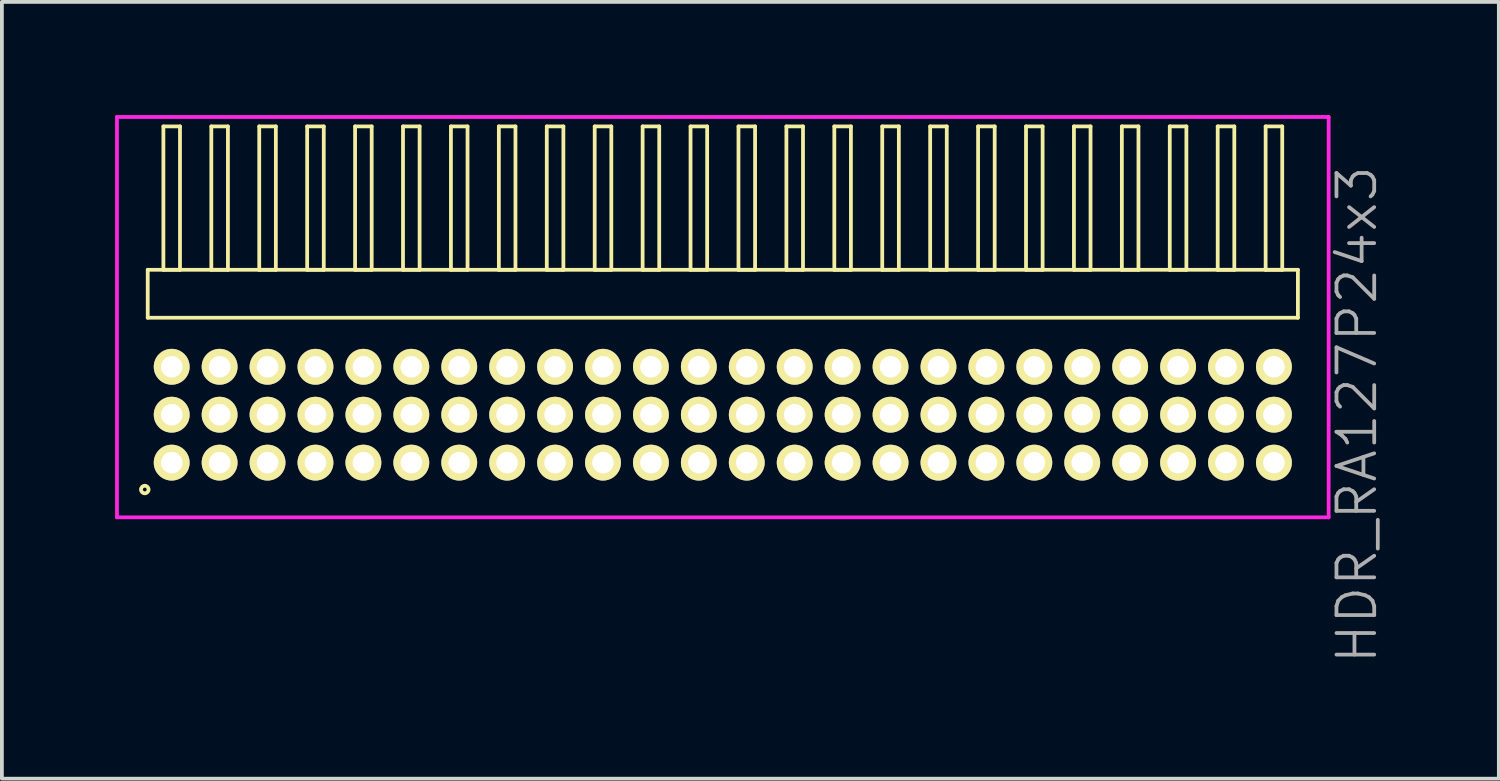
<source format=kicad_pcb>
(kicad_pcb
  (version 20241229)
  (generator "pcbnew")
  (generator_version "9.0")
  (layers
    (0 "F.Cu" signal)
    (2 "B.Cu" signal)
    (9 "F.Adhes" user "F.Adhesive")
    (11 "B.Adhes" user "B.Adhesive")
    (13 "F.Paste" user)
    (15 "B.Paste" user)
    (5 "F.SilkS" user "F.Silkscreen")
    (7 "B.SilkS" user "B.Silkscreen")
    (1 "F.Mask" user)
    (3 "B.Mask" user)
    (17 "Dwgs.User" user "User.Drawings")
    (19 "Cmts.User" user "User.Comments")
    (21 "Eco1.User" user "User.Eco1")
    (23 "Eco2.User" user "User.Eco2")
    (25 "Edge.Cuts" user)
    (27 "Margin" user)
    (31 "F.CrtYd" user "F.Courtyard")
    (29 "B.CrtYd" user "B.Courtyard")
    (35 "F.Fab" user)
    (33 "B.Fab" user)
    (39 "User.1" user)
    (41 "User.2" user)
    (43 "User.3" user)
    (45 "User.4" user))
  (footprint "HDR_RA127P24x3"
    (layer "F.Cu")
    (at 16.105 7.94)
    (property "Reference" "HDR_RA127P24x3" (at 16.805 0 90) (layer "F.Fab") (effects (font (size 1 1) (thickness 0.1))))
    (attr through_hole)
    (fp_line (start -15.24 -3.84) (end -15.24 -2.57) (stroke (width 0.1) (type solid)) (layer "F.SilkS"))
    (fp_line (start -15.24 -2.57) (end 15.24 -2.57) (stroke (width 0.1) (type solid)) (layer "F.SilkS"))
    (fp_line (start -14.825 -7.64) (end -14.825 -3.84) (stroke (width 0.1) (type solid)) (layer "F.SilkS"))
    (fp_line (start -14.825 -3.84) (end -14.385 -3.84) (stroke (width 0.1) (type solid)) (layer "F.SilkS"))
    (fp_line (start -14.385 -7.64) (end -14.825 -7.64) (stroke (width 0.1) (type solid)) (layer "F.SilkS"))
    (fp_line (start -14.385 -3.84) (end -14.385 -7.64) (stroke (width 0.1) (type solid)) (layer "F.SilkS"))
    (fp_line (start -13.555 -7.64) (end -13.555 -3.84) (stroke (width 0.1) (type solid)) (layer "F.SilkS"))
    (fp_line (start -13.555 -3.84) (end -13.115 -3.84) (stroke (width 0.1) (type solid)) (layer "F.SilkS"))
    (fp_line (start -13.115 -7.64) (end -13.555 -7.64) (stroke (width 0.1) (type solid)) (layer "F.SilkS"))
    (fp_line (start -13.115 -3.84) (end -13.115 -7.64) (stroke (width 0.1) (type solid)) (layer "F.SilkS"))
    (fp_line (start -12.285 -7.64) (end -12.285 -3.84) (stroke (width 0.1) (type solid)) (layer "F.SilkS"))
    (fp_line (start -12.285 -3.84) (end -11.845 -3.84) (stroke (width 0.1) (type solid)) (layer "F.SilkS"))
    (fp_line (start -11.845 -7.64) (end -12.285 -7.64) (stroke (width 0.1) (type solid)) (layer "F.SilkS"))
    (fp_line (start -11.845 -3.84) (end -11.845 -7.64) (stroke (width 0.1) (type solid)) (layer "F.SilkS"))
    (fp_line (start -11.015 -7.64) (end -11.015 -3.84) (stroke (width 0.1) (type solid)) (layer "F.SilkS"))
    (fp_line (start -11.015 -3.84) (end -10.575 -3.84) (stroke (width 0.1) (type solid)) (layer "F.SilkS"))
    (fp_line (start -10.575 -7.64) (end -11.015 -7.64) (stroke (width 0.1) (type solid)) (layer "F.SilkS"))
    (fp_line (start -10.575 -3.84) (end -10.575 -7.64) (stroke (width 0.1) (type solid)) (layer "F.SilkS"))
    (fp_line (start -9.745 -7.64) (end -9.745 -3.84) (stroke (width 0.1) (type solid)) (layer "F.SilkS"))
    (fp_line (start -9.745 -3.84) (end -9.305 -3.84) (stroke (width 0.1) (type solid)) (layer "F.SilkS"))
    (fp_line (start -9.305 -7.64) (end -9.745 -7.64) (stroke (width 0.1) (type solid)) (layer "F.SilkS"))
    (fp_line (start -9.305 -3.84) (end -9.305 -7.64) (stroke (width 0.1) (type solid)) (layer "F.SilkS"))
    (fp_line (start -8.475 -7.64) (end -8.475 -3.84) (stroke (width 0.1) (type solid)) (layer "F.SilkS"))
    (fp_line (start -8.475 -3.84) (end -8.035 -3.84) (stroke (width 0.1) (type solid)) (layer "F.SilkS"))
    (fp_line (start -8.035 -7.64) (end -8.475 -7.64) (stroke (width 0.1) (type solid)) (layer "F.SilkS"))
    (fp_line (start -8.035 -3.84) (end -8.035 -7.64) (stroke (width 0.1) (type solid)) (layer "F.SilkS"))
    (fp_line (start -7.205 -7.64) (end -7.205 -3.84) (stroke (width 0.1) (type solid)) (layer "F.SilkS"))
    (fp_line (start -7.205 -3.84) (end -6.765 -3.84) (stroke (width 0.1) (type solid)) (layer "F.SilkS"))
    (fp_line (start -6.765 -7.64) (end -7.205 -7.64) (stroke (width 0.1) (type solid)) (layer "F.SilkS"))
    (fp_line (start -6.765 -3.84) (end -6.765 -7.64) (stroke (width 0.1) (type solid)) (layer "F.SilkS"))
    (fp_line (start -5.935 -7.64) (end -5.935 -3.84) (stroke (width 0.1) (type solid)) (layer "F.SilkS"))
    (fp_line (start -5.935 -3.84) (end -5.495 -3.84) (stroke (width 0.1) (type solid)) (layer "F.SilkS"))
    (fp_line (start -5.495 -7.64) (end -5.935 -7.64) (stroke (width 0.1) (type solid)) (layer "F.SilkS"))
    (fp_line (start -5.495 -3.84) (end -5.495 -7.64) (stroke (width 0.1) (type solid)) (layer "F.SilkS"))
    (fp_line (start -4.665 -7.64) (end -4.665 -3.84) (stroke (width 0.1) (type solid)) (layer "F.SilkS"))
    (fp_line (start -4.665 -3.84) (end -4.225 -3.84) (stroke (width 0.1) (type solid)) (layer "F.SilkS"))
    (fp_line (start -4.225 -7.64) (end -4.665 -7.64) (stroke (width 0.1) (type solid)) (layer "F.SilkS"))
    (fp_line (start -4.225 -3.84) (end -4.225 -7.64) (stroke (width 0.1) (type solid)) (layer "F.SilkS"))
    (fp_line (start -3.395 -7.64) (end -3.395 -3.84) (stroke (width 0.1) (type solid)) (layer "F.SilkS"))
    (fp_line (start -3.395 -3.84) (end -2.955 -3.84) (stroke (width 0.1) (type solid)) (layer "F.SilkS"))
    (fp_line (start -2.955 -7.64) (end -3.395 -7.64) (stroke (width 0.1) (type solid)) (layer "F.SilkS"))
    (fp_line (start -2.955 -3.84) (end -2.955 -7.64) (stroke (width 0.1) (type solid)) (layer "F.SilkS"))
    (fp_line (start -2.125 -7.64) (end -2.125 -3.84) (stroke (width 0.1) (type solid)) (layer "F.SilkS"))
    (fp_line (start -2.125 -3.84) (end -1.685 -3.84) (stroke (width 0.1) (type solid)) (layer "F.SilkS"))
    (fp_line (start -1.685 -7.64) (end -2.125 -7.64) (stroke (width 0.1) (type solid)) (layer "F.SilkS"))
    (fp_line (start -1.685 -3.84) (end -1.685 -7.64) (stroke (width 0.1) (type solid)) (layer "F.SilkS"))
    (fp_line (start -0.855 -7.64) (end -0.855 -3.84) (stroke (width 0.1) (type solid)) (layer "F.SilkS"))
    (fp_line (start -0.855 -3.84) (end -0.415 -3.84) (stroke (width 0.1) (type solid)) (layer "F.SilkS"))
    (fp_line (start -0.415 -7.64) (end -0.855 -7.64) (stroke (width 0.1) (type solid)) (layer "F.SilkS"))
    (fp_line (start -0.415 -3.84) (end -0.415 -7.64) (stroke (width 0.1) (type solid)) (layer "F.SilkS"))
    (fp_line (start 0.415 -7.64) (end 0.415 -3.84) (stroke (width 0.1) (type solid)) (layer "F.SilkS"))
    (fp_line (start 0.415 -3.84) (end 0.855 -3.84) (stroke (width 0.1) (type solid)) (layer "F.SilkS"))
    (fp_line (start 0.855 -7.64) (end 0.415 -7.64) (stroke (width 0.1) (type solid)) (layer "F.SilkS"))
    (fp_line (start 0.855 -3.84) (end 0.855 -7.64) (stroke (width 0.1) (type solid)) (layer "F.SilkS"))
    (fp_line (start 1.685 -7.64) (end 1.685 -3.84) (stroke (width 0.1) (type solid)) (layer "F.SilkS"))
    (fp_line (start 1.685 -3.84) (end 2.125 -3.84) (stroke (width 0.1) (type solid)) (layer "F.SilkS"))
    (fp_line (start 2.125 -7.64) (end 1.685 -7.64) (stroke (width 0.1) (type solid)) (layer "F.SilkS"))
    (fp_line (start 2.125 -3.84) (end 2.125 -7.64) (stroke (width 0.1) (type solid)) (layer "F.SilkS"))
    (fp_line (start 2.955 -7.64) (end 2.955 -3.84) (stroke (width 0.1) (type solid)) (layer "F.SilkS"))
    (fp_line (start 2.955 -3.84) (end 3.395 -3.84) (stroke (width 0.1) (type solid)) (layer "F.SilkS"))
    (fp_line (start 3.395 -7.64) (end 2.955 -7.64) (stroke (width 0.1) (type solid)) (layer "F.SilkS"))
    (fp_line (start 3.395 -3.84) (end 3.395 -7.64) (stroke (width 0.1) (type solid)) (layer "F.SilkS"))
    (fp_line (start 4.225 -7.64) (end 4.225 -3.84) (stroke (width 0.1) (type solid)) (layer "F.SilkS"))
    (fp_line (start 4.225 -3.84) (end 4.665 -3.84) (stroke (width 0.1) (type solid)) (layer "F.SilkS"))
    (fp_line (start 4.665 -7.64) (end 4.225 -7.64) (stroke (width 0.1) (type solid)) (layer "F.SilkS"))
    (fp_line (start 4.665 -3.84) (end 4.665 -7.64) (stroke (width 0.1) (type solid)) (layer "F.SilkS"))
    (fp_line (start 5.495 -7.64) (end 5.495 -3.84) (stroke (width 0.1) (type solid)) (layer "F.SilkS"))
    (fp_line (start 5.495 -3.84) (end 5.935 -3.84) (stroke (width 0.1) (type solid)) (layer "F.SilkS"))
    (fp_line (start 5.935 -7.64) (end 5.495 -7.64) (stroke (width 0.1) (type solid)) (layer "F.SilkS"))
    (fp_line (start 5.935 -3.84) (end 5.935 -7.64) (stroke (width 0.1) (type solid)) (layer "F.SilkS"))
    (fp_line (start 6.765 -7.64) (end 6.765 -3.84) (stroke (width 0.1) (type solid)) (layer "F.SilkS"))
    (fp_line (start 6.765 -3.84) (end 7.205 -3.84) (stroke (width 0.1) (type solid)) (layer "F.SilkS"))
    (fp_line (start 7.205 -7.64) (end 6.765 -7.64) (stroke (width 0.1) (type solid)) (layer "F.SilkS"))
    (fp_line (start 7.205 -3.84) (end 7.205 -7.64) (stroke (width 0.1) (type solid)) (layer "F.SilkS"))
    (fp_line (start 8.035 -7.64) (end 8.035 -3.84) (stroke (width 0.1) (type solid)) (layer "F.SilkS"))
    (fp_line (start 8.035 -3.84) (end 8.475 -3.84) (stroke (width 0.1) (type solid)) (layer "F.SilkS"))
    (fp_line (start 8.475 -7.64) (end 8.035 -7.64) (stroke (width 0.1) (type solid)) (layer "F.SilkS"))
    (fp_line (start 8.475 -3.84) (end 8.475 -7.64) (stroke (width 0.1) (type solid)) (layer "F.SilkS"))
    (fp_line (start 9.305 -7.64) (end 9.305 -3.84) (stroke (width 0.1) (type solid)) (layer "F.SilkS"))
    (fp_line (start 9.305 -3.84) (end 9.745 -3.84) (stroke (width 0.1) (type solid)) (layer "F.SilkS"))
    (fp_line (start 9.745 -7.64) (end 9.305 -7.64) (stroke (width 0.1) (type solid)) (layer "F.SilkS"))
    (fp_line (start 9.745 -3.84) (end 9.745 -7.64) (stroke (width 0.1) (type solid)) (layer "F.SilkS"))
    (fp_line (start 10.575 -7.64) (end 10.575 -3.84) (stroke (width 0.1) (type solid)) (layer "F.SilkS"))
    (fp_line (start 10.575 -3.84) (end 11.015 -3.84) (stroke (width 0.1) (type solid)) (layer "F.SilkS"))
    (fp_line (start 11.015 -7.64) (end 10.575 -7.64) (stroke (width 0.1) (type solid)) (layer "F.SilkS"))
    (fp_line (start 11.015 -3.84) (end 11.015 -7.64) (stroke (width 0.1) (type solid)) (layer "F.SilkS"))
    (fp_line (start 11.845 -7.64) (end 11.845 -3.84) (stroke (width 0.1) (type solid)) (layer "F.SilkS"))
    (fp_line (start 11.845 -3.84) (end 12.285 -3.84) (stroke (width 0.1) (type solid)) (layer "F.SilkS"))
    (fp_line (start 12.285 -7.64) (end 11.845 -7.64) (stroke (width 0.1) (type solid)) (layer "F.SilkS"))
    (fp_line (start 12.285 -3.84) (end 12.285 -7.64) (stroke (width 0.1) (type solid)) (layer "F.SilkS"))
    (fp_line (start 13.115 -7.64) (end 13.115 -3.84) (stroke (width 0.1) (type solid)) (layer "F.SilkS"))
    (fp_line (start 13.115 -3.84) (end 13.555 -3.84) (stroke (width 0.1) (type solid)) (layer "F.SilkS"))
    (fp_line (start 13.555 -7.64) (end 13.115 -7.64) (stroke (width 0.1) (type solid)) (layer "F.SilkS"))
    (fp_line (start 13.555 -3.84) (end 13.555 -7.64) (stroke (width 0.1) (type solid)) (layer "F.SilkS"))
    (fp_line (start 14.385 -7.64) (end 14.385 -3.84) (stroke (width 0.1) (type solid)) (layer "F.SilkS"))
    (fp_line (start 14.385 -3.84) (end 14.825 -3.84) (stroke (width 0.1) (type solid)) (layer "F.SilkS"))
    (fp_line (start 14.825 -7.64) (end 14.385 -7.64) (stroke (width 0.1) (type solid)) (layer "F.SilkS"))
    (fp_line (start 14.825 -3.84) (end 14.825 -7.64) (stroke (width 0.1) (type solid)) (layer "F.SilkS"))
    (fp_line (start 15.24 -3.84) (end -15.24 -3.84) (stroke (width 0.1) (type solid)) (layer "F.SilkS"))
    (fp_line (start 15.24 -2.57) (end 15.24 -3.84) (stroke (width 0.1) (type solid)) (layer "F.SilkS"))
    (fp_circle (center -15.318 1.983) (end -15.218 1.983) (stroke (width 0.1) (type solid)) (fill no) (layer "F.SilkS"))
    (fp_line (start -16.055 -7.89) (end -16.055 2.72) (stroke (width 0.1) (type solid)) (layer "F.CrtYd"))
    (fp_line (start -16.055 2.72) (end 16.055 2.72) (stroke (width 0.1) (type solid)) (layer "F.CrtYd"))
    (fp_line (start 16.055 -7.89) (end -16.055 -7.89) (stroke (width 0.1) (type solid)) (layer "F.CrtYd"))
    (fp_line (start 16.055 2.72) (end 16.055 -7.89) (stroke (width 0.1) (type solid)) (layer "F.CrtYd"))
    (pad "1" thru_hole oval (at -14.605 1.27) (size 0.95 0.95) (drill 0.57) (layers "*.Cu" "*.Mask" "F.SilkS"))
    (pad "2" thru_hole oval (at -14.605 0) (size 0.95 0.95) (drill 0.57) (layers "*.Cu" "*.Mask" "F.SilkS"))
    (pad "3" thru_hole oval (at -14.605 -1.27) (size 0.95 0.95) (drill 0.57) (layers "*.Cu" "*.Mask" "F.SilkS"))
    (pad "4" thru_hole oval (at -13.335 1.27) (size 0.95 0.95) (drill 0.57) (layers "*.Cu" "*.Mask" "F.SilkS"))
    (pad "5" thru_hole oval (at -13.335 0) (size 0.95 0.95) (drill 0.57) (layers "*.Cu" "*.Mask" "F.SilkS"))
    (pad "6" thru_hole oval (at -13.335 -1.27) (size 0.95 0.95) (drill 0.57) (layers "*.Cu" "*.Mask" "F.SilkS"))
    (pad "7" thru_hole oval (at -12.065 1.27) (size 0.95 0.95) (drill 0.57) (layers "*.Cu" "*.Mask" "F.SilkS"))
    (pad "8" thru_hole oval (at -12.065 0) (size 0.95 0.95) (drill 0.57) (layers "*.Cu" "*.Mask" "F.SilkS"))
    (pad "9" thru_hole oval (at -12.065 -1.27) (size 0.95 0.95) (drill 0.57) (layers "*.Cu" "*.Mask" "F.SilkS"))
    (pad "10" thru_hole oval (at -10.795 1.27) (size 0.95 0.95) (drill 0.57) (layers "*.Cu" "*.Mask" "F.SilkS"))
    (pad "11" thru_hole oval (at -10.795 0) (size 0.95 0.95) (drill 0.57) (layers "*.Cu" "*.Mask" "F.SilkS"))
    (pad "12" thru_hole oval (at -10.795 -1.27) (size 0.95 0.95) (drill 0.57) (layers "*.Cu" "*.Mask" "F.SilkS"))
    (pad "13" thru_hole oval (at -9.525 1.27) (size 0.95 0.95) (drill 0.57) (layers "*.Cu" "*.Mask" "F.SilkS"))
    (pad "14" thru_hole oval (at -9.525 0) (size 0.95 0.95) (drill 0.57) (layers "*.Cu" "*.Mask" "F.SilkS"))
    (pad "15" thru_hole oval (at -9.525 -1.27) (size 0.95 0.95) (drill 0.57) (layers "*.Cu" "*.Mask" "F.SilkS"))
    (pad "16" thru_hole oval (at -8.255 1.27) (size 0.95 0.95) (drill 0.57) (layers "*.Cu" "*.Mask" "F.SilkS"))
    (pad "17" thru_hole oval (at -8.255 0) (size 0.95 0.95) (drill 0.57) (layers "*.Cu" "*.Mask" "F.SilkS"))
    (pad "18" thru_hole oval (at -8.255 -1.27) (size 0.95 0.95) (drill 0.57) (layers "*.Cu" "*.Mask" "F.SilkS"))
    (pad "19" thru_hole oval (at -6.985 1.27) (size 0.95 0.95) (drill 0.57) (layers "*.Cu" "*.Mask" "F.SilkS"))
    (pad "20" thru_hole oval (at -6.985 0) (size 0.95 0.95) (drill 0.57) (layers "*.Cu" "*.Mask" "F.SilkS"))
    (pad "21" thru_hole oval (at -6.985 -1.27) (size 0.95 0.95) (drill 0.57) (layers "*.Cu" "*.Mask" "F.SilkS"))
    (pad "22" thru_hole oval (at -5.715 1.27) (size 0.95 0.95) (drill 0.57) (layers "*.Cu" "*.Mask" "F.SilkS"))
    (pad "23" thru_hole oval (at -5.715 0) (size 0.95 0.95) (drill 0.57) (layers "*.Cu" "*.Mask" "F.SilkS"))
    (pad "24" thru_hole oval (at -5.715 -1.27) (size 0.95 0.95) (drill 0.57) (layers "*.Cu" "*.Mask" "F.SilkS"))
    (pad "25" thru_hole oval (at -4.445 1.27) (size 0.95 0.95) (drill 0.57) (layers "*.Cu" "*.Mask" "F.SilkS"))
    (pad "26" thru_hole oval (at -4.445 0) (size 0.95 0.95) (drill 0.57) (layers "*.Cu" "*.Mask" "F.SilkS"))
    (pad "27" thru_hole oval (at -4.445 -1.27) (size 0.95 0.95) (drill 0.57) (layers "*.Cu" "*.Mask" "F.SilkS"))
    (pad "28" thru_hole oval (at -3.175 1.27) (size 0.95 0.95) (drill 0.57) (layers "*.Cu" "*.Mask" "F.SilkS"))
    (pad "29" thru_hole oval (at -3.175 0) (size 0.95 0.95) (drill 0.57) (layers "*.Cu" "*.Mask" "F.SilkS"))
    (pad "30" thru_hole oval (at -3.175 -1.27) (size 0.95 0.95) (drill 0.57) (layers "*.Cu" "*.Mask" "F.SilkS"))
    (pad "31" thru_hole oval (at -1.905 1.27) (size 0.95 0.95) (drill 0.57) (layers "*.Cu" "*.Mask" "F.SilkS"))
    (pad "32" thru_hole oval (at -1.905 0) (size 0.95 0.95) (drill 0.57) (layers "*.Cu" "*.Mask" "F.SilkS"))
    (pad "33" thru_hole oval (at -1.905 -1.27) (size 0.95 0.95) (drill 0.57) (layers "*.Cu" "*.Mask" "F.SilkS"))
    (pad "34" thru_hole oval (at -0.635 1.27) (size 0.95 0.95) (drill 0.57) (layers "*.Cu" "*.Mask" "F.SilkS"))
    (pad "35" thru_hole oval (at -0.635 0) (size 0.95 0.95) (drill 0.57) (layers "*.Cu" "*.Mask" "F.SilkS"))
    (pad "36" thru_hole oval (at -0.635 -1.27) (size 0.95 0.95) (drill 0.57) (layers "*.Cu" "*.Mask" "F.SilkS"))
    (pad "37" thru_hole oval (at 0.635 1.27) (size 0.95 0.95) (drill 0.57) (layers "*.Cu" "*.Mask" "F.SilkS"))
    (pad "38" thru_hole oval (at 0.635 0) (size 0.95 0.95) (drill 0.57) (layers "*.Cu" "*.Mask" "F.SilkS"))
    (pad "39" thru_hole oval (at 0.635 -1.27) (size 0.95 0.95) (drill 0.57) (layers "*.Cu" "*.Mask" "F.SilkS"))
    (pad "40" thru_hole oval (at 1.905 1.27) (size 0.95 0.95) (drill 0.57) (layers "*.Cu" "*.Mask" "F.SilkS"))
    (pad "41" thru_hole oval (at 1.905 0) (size 0.95 0.95) (drill 0.57) (layers "*.Cu" "*.Mask" "F.SilkS"))
    (pad "42" thru_hole oval (at 1.905 -1.27) (size 0.95 0.95) (drill 0.57) (layers "*.Cu" "*.Mask" "F.SilkS"))
    (pad "43" thru_hole oval (at 3.175 1.27) (size 0.95 0.95) (drill 0.57) (layers "*.Cu" "*.Mask" "F.SilkS"))
    (pad "44" thru_hole oval (at 3.175 0) (size 0.95 0.95) (drill 0.57) (layers "*.Cu" "*.Mask" "F.SilkS"))
    (pad "45" thru_hole oval (at 3.175 -1.27) (size 0.95 0.95) (drill 0.57) (layers "*.Cu" "*.Mask" "F.SilkS"))
    (pad "46" thru_hole oval (at 4.445 1.27) (size 0.95 0.95) (drill 0.57) (layers "*.Cu" "*.Mask" "F.SilkS"))
    (pad "47" thru_hole oval (at 4.445 0) (size 0.95 0.95) (drill 0.57) (layers "*.Cu" "*.Mask" "F.SilkS"))
    (pad "48" thru_hole oval (at 4.445 -1.27) (size 0.95 0.95) (drill 0.57) (layers "*.Cu" "*.Mask" "F.SilkS"))
    (pad "49" thru_hole oval (at 5.715 1.27) (size 0.95 0.95) (drill 0.57) (layers "*.Cu" "*.Mask" "F.SilkS"))
    (pad "50" thru_hole oval (at 5.715 0) (size 0.95 0.95) (drill 0.57) (layers "*.Cu" "*.Mask" "F.SilkS"))
    (pad "51" thru_hole oval (at 5.715 -1.27) (size 0.95 0.95) (drill 0.57) (layers "*.Cu" "*.Mask" "F.SilkS"))
    (pad "52" thru_hole oval (at 6.985 1.27) (size 0.95 0.95) (drill 0.57) (layers "*.Cu" "*.Mask" "F.SilkS"))
    (pad "53" thru_hole oval (at 6.985 0) (size 0.95 0.95) (drill 0.57) (layers "*.Cu" "*.Mask" "F.SilkS"))
    (pad "54" thru_hole oval (at 6.985 -1.27) (size 0.95 0.95) (drill 0.57) (layers "*.Cu" "*.Mask" "F.SilkS"))
    (pad "55" thru_hole oval (at 8.255 1.27) (size 0.95 0.95) (drill 0.57) (layers "*.Cu" "*.Mask" "F.SilkS"))
    (pad "56" thru_hole oval (at 8.255 0) (size 0.95 0.95) (drill 0.57) (layers "*.Cu" "*.Mask" "F.SilkS"))
    (pad "57" thru_hole oval (at 8.255 -1.27) (size 0.95 0.95) (drill 0.57) (layers "*.Cu" "*.Mask" "F.SilkS"))
    (pad "58" thru_hole oval (at 9.525 1.27) (size 0.95 0.95) (drill 0.57) (layers "*.Cu" "*.Mask" "F.SilkS"))
    (pad "59" thru_hole oval (at 9.525 0) (size 0.95 0.95) (drill 0.57) (layers "*.Cu" "*.Mask" "F.SilkS"))
    (pad "60" thru_hole oval (at 9.525 -1.27) (size 0.95 0.95) (drill 0.57) (layers "*.Cu" "*.Mask" "F.SilkS"))
    (pad "61" thru_hole oval (at 10.795 1.27) (size 0.95 0.95) (drill 0.57) (layers "*.Cu" "*.Mask" "F.SilkS"))
    (pad "62" thru_hole oval (at 10.795 0) (size 0.95 0.95) (drill 0.57) (layers "*.Cu" "*.Mask" "F.SilkS"))
    (pad "63" thru_hole oval (at 10.795 -1.27) (size 0.95 0.95) (drill 0.57) (layers "*.Cu" "*.Mask" "F.SilkS"))
    (pad "64" thru_hole oval (at 12.065 1.27) (size 0.95 0.95) (drill 0.57) (layers "*.Cu" "*.Mask" "F.SilkS"))
    (pad "65" thru_hole oval (at 12.065 0) (size 0.95 0.95) (drill 0.57) (layers "*.Cu" "*.Mask" "F.SilkS"))
    (pad "66" thru_hole oval (at 12.065 -1.27) (size 0.95 0.95) (drill 0.57) (layers "*.Cu" "*.Mask" "F.SilkS"))
    (pad "67" thru_hole oval (at 13.335 1.27) (size 0.95 0.95) (drill 0.57) (layers "*.Cu" "*.Mask" "F.SilkS"))
    (pad "68" thru_hole oval (at 13.335 0) (size 0.95 0.95) (drill 0.57) (layers "*.Cu" "*.Mask" "F.SilkS"))
    (pad "69" thru_hole oval (at 13.335 -1.27) (size 0.95 0.95) (drill 0.57) (layers "*.Cu" "*.Mask" "F.SilkS"))
    (pad "70" thru_hole oval (at 14.605 1.27) (size 0.95 0.95) (drill 0.57) (layers "*.Cu" "*.Mask" "F.SilkS"))
    (pad "71" thru_hole oval (at 14.605 0) (size 0.95 0.95) (drill 0.57) (layers "*.Cu" "*.Mask" "F.SilkS"))
    (pad "72" thru_hole oval (at 14.605 -1.27) (size 0.95 0.95) (drill 0.57) (layers "*.Cu" "*.Mask" "F.SilkS")))
  (gr_rect
    (start -3 -3)
    (end 36.67 17.585)
    (stroke (width 0.1) (type default))
    (fill no)
    (layer "Edge.Cuts")))
</source>
